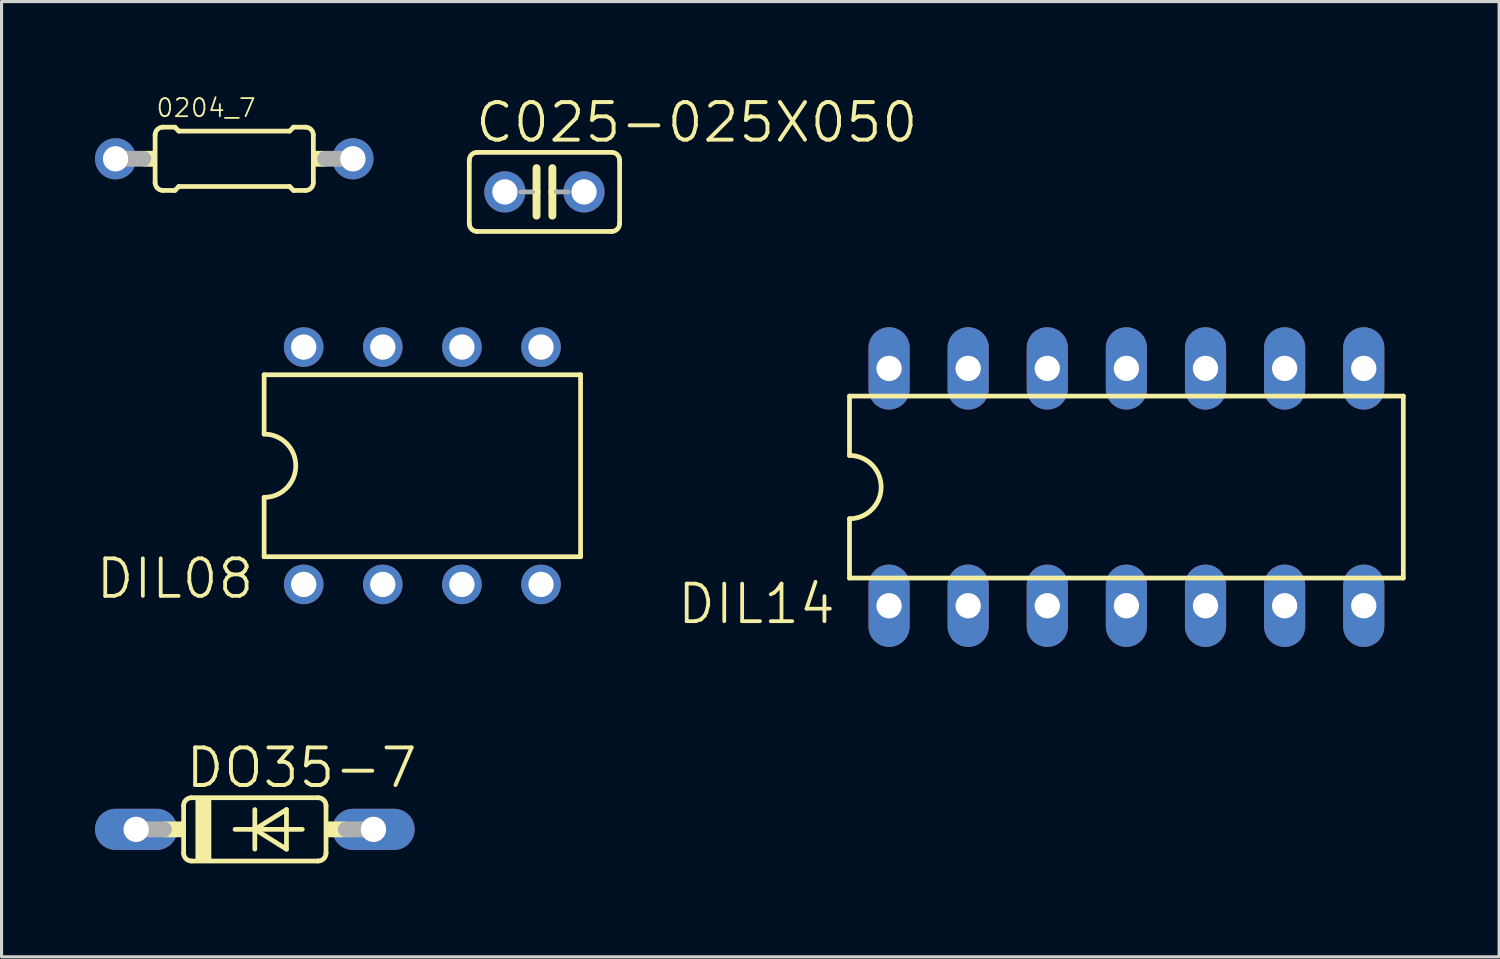
<source format=kicad_pcb>
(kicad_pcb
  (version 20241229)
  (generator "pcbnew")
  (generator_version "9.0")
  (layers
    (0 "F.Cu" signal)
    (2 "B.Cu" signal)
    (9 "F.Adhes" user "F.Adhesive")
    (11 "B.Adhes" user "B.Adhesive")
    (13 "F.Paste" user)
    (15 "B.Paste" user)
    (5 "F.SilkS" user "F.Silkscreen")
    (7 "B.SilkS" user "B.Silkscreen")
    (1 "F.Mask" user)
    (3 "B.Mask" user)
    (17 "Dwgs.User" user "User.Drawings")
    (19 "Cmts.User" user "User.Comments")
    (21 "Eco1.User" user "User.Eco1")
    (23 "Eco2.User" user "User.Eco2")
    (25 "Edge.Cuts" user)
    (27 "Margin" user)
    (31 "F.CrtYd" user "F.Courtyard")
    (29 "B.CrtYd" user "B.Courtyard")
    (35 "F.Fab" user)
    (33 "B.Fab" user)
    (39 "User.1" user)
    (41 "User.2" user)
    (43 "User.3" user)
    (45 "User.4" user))
  (footprint "DIL08"
    (layer "F.Cu")
    (at 10.51 11.903)
    (property "Reference" "DIL08" (at -5.334 2.921 0) (layer "F.SilkS") (effects (font (size 1.206 1.206) (thickness 0.121)) (justify right top)))
    (attr through_hole)
    (fp_line (start -5.08 -2.921) (end -5.08 -1.016) (stroke (width 0.152) (type solid)) (layer "F.SilkS"))
    (fp_line (start -5.08 2.921) (end -5.08 1.016) (stroke (width 0.152) (type solid)) (layer "F.SilkS"))
    (fp_line (start -5.08 2.921) (end 5.08 2.921) (stroke (width 0.152) (type solid)) (layer "F.SilkS"))
    (fp_line (start 5.08 -2.921) (end -5.08 -2.921) (stroke (width 0.152) (type solid)) (layer "F.SilkS"))
    (fp_line (start 5.08 -2.921) (end 5.08 2.921) (stroke (width 0.152) (type solid)) (layer "F.SilkS"))
    (fp_arc (start -5.08 -1.016) (mid -4.064 0) (end -5.08 1.016) (stroke (width 0.1524) (type solid)) (layer "F.SilkS"))
    (pad "1" thru_hole circle (at -3.81 3.81 90) (size 1.27 1.27) (drill 0.813) (layers "*.Cu" "*.Mask"))
    (pad "2" thru_hole circle (at -1.27 3.81 90) (size 1.27 1.27) (drill 0.813) (layers "*.Cu" "*.Mask"))
    (pad "3" thru_hole circle (at 1.27 3.81 90) (size 1.27 1.27) (drill 0.813) (layers "*.Cu" "*.Mask"))
    (pad "4" thru_hole circle (at 3.81 3.81 90) (size 1.27 1.27) (drill 0.813) (layers "*.Cu" "*.Mask"))
    (pad "5" thru_hole circle (at 3.81 -3.81 90) (size 1.27 1.27) (drill 0.813) (layers "*.Cu" "*.Mask"))
    (pad "6" thru_hole circle (at 1.27 -3.81 90) (size 1.27 1.27) (drill 0.813) (layers "*.Cu" "*.Mask"))
    (pad "7" thru_hole circle (at -1.27 -3.81 90) (size 1.27 1.27) (drill 0.813) (layers "*.Cu" "*.Mask"))
    (pad "8" thru_hole circle (at -3.81 -3.81 90) (size 1.27 1.27) (drill 0.813) (layers "*.Cu" "*.Mask")))
  (footprint "C025-025X050"
    (layer "F.Cu")
    (at 14.43 3.111)
    (property "Reference" "C025-025X050" (at -2.286 -1.524 0) (layer "F.SilkS") (effects (font (size 1.206 1.206) (thickness 0.127)) (justify left bottom)))
    (attr through_hole)
    (fp_line (start -2.413 -1.016) (end -2.413 1.016) (stroke (width 0.152) (type solid)) (layer "F.SilkS"))
    (fp_line (start -2.159 -1.27) (end 2.159 -1.27) (stroke (width 0.152) (type solid)) (layer "F.SilkS"))
    (fp_line (start -0.254 -0.762) (end -0.254 0) (stroke (width 0.254) (type solid)) (layer "F.SilkS"))
    (fp_line (start -0.254 0) (end -0.381 0) (stroke (width 0.152) (type solid)) (layer "F.SilkS"))
    (fp_line (start -0.254 0) (end -0.254 0.762) (stroke (width 0.254) (type solid)) (layer "F.SilkS"))
    (fp_line (start 0.254 0) (end 0.254 -0.762) (stroke (width 0.254) (type solid)) (layer "F.SilkS"))
    (fp_line (start 0.254 0) (end 0.254 0.762) (stroke (width 0.254) (type solid)) (layer "F.SilkS"))
    (fp_line (start 0.381 0) (end 0.254 0) (stroke (width 0.152) (type solid)) (layer "F.SilkS"))
    (fp_line (start 2.159 1.27) (end -2.159 1.27) (stroke (width 0.152) (type solid)) (layer "F.SilkS"))
    (fp_line (start 2.413 -1.016) (end 2.413 1.016) (stroke (width 0.152) (type solid)) (layer "F.SilkS"))
    (fp_arc (start -2.413 -1.016) (mid -2.338605 -1.195605) (end -2.159 -1.27) (stroke (width 0.1524) (type solid)) (layer "F.SilkS"))
    (fp_arc (start -2.159 1.27) (mid -2.338605 1.195605) (end -2.413 1.016) (stroke (width 0.1524) (type solid)) (layer "F.SilkS"))
    (fp_arc (start 2.159 -1.27) (mid 2.338605 -1.195605) (end 2.413 -1.016) (stroke (width 0.1524) (type solid)) (layer "F.SilkS"))
    (fp_arc (start 2.413 1.016) (mid 2.338605 1.195605) (end 2.159 1.27) (stroke (width 0.1524) (type solid)) (layer "F.SilkS"))
    (fp_line (start -0.381 0) (end -0.762 0) (stroke (width 0.152) (type solid)) (layer "F.Fab"))
    (fp_line (start 0.762 0) (end 0.381 0) (stroke (width 0.152) (type solid)) (layer "F.Fab"))
    (pad "1" thru_hole circle (at -1.27 0) (size 1.321 1.321) (drill 0.813) (layers "*.Cu" "*.Mask"))
    (pad "2" thru_hole circle (at 1.27 0) (size 1.321 1.321) (drill 0.813) (layers "*.Cu" "*.Mask")))
  (footprint "0204_7"
    (layer "F.Cu")
    (at 4.47 2.048)
    (property "Reference" "0204_7" (at -2.54 -1.295 0) (layer "F.SilkS") (effects (font (size 0.579 0.579) (thickness 0.058)) (justify left bottom)))
    (attr through_hole)
    (fp_line (start -2.54 0.762) (end -2.54 -0.762) (stroke (width 0.152) (type solid)) (layer "F.SilkS"))
    (fp_line (start -2.286 -1.016) (end -1.905 -1.016) (stroke (width 0.152) (type solid)) (layer "F.SilkS"))
    (fp_line (start -2.286 1.016) (end -1.905 1.016) (stroke (width 0.152) (type solid)) (layer "F.SilkS"))
    (fp_line (start -1.778 -0.889) (end -1.905 -1.016) (stroke (width 0.152) (type solid)) (layer "F.SilkS"))
    (fp_line (start -1.778 0.889) (end -1.905 1.016) (stroke (width 0.152) (type solid)) (layer "F.SilkS"))
    (fp_line (start 1.778 -0.889) (end -1.778 -0.889) (stroke (width 0.152) (type solid)) (layer "F.SilkS"))
    (fp_line (start 1.778 -0.889) (end 1.905 -1.016) (stroke (width 0.152) (type solid)) (layer "F.SilkS"))
    (fp_line (start 1.778 0.889) (end -1.778 0.889) (stroke (width 0.152) (type solid)) (layer "F.SilkS"))
    (fp_line (start 1.778 0.889) (end 1.905 1.016) (stroke (width 0.152) (type solid)) (layer "F.SilkS"))
    (fp_line (start 2.286 -1.016) (end 1.905 -1.016) (stroke (width 0.152) (type solid)) (layer "F.SilkS"))
    (fp_line (start 2.286 1.016) (end 1.905 1.016) (stroke (width 0.152) (type solid)) (layer "F.SilkS"))
    (fp_line (start 2.54 0.762) (end 2.54 -0.762) (stroke (width 0.152) (type solid)) (layer "F.SilkS"))
    (fp_arc (start -2.54 -0.762) (mid -2.465605 -0.941605) (end -2.286 -1.016) (stroke (width 0.1524) (type solid)) (layer "F.SilkS"))
    (fp_arc (start -2.286 1.016) (mid -2.465605 0.941605) (end -2.54 0.762) (stroke (width 0.1524) (type solid)) (layer "F.SilkS"))
    (fp_arc (start 2.286 -1.016) (mid 2.465605 -0.941605) (end 2.54 -0.762) (stroke (width 0.1524) (type solid)) (layer "F.SilkS"))
    (fp_arc (start 2.54 0.762) (mid 2.465605 0.941605) (end 2.286 1.016) (stroke (width 0.1524) (type solid)) (layer "F.SilkS"))
    (fp_poly (pts (xy -2.921 0.254) (xy -2.54 0.254) (xy -2.54 -0.254) (xy -2.921 -0.254)) (stroke (width 0) (type solid)) (fill yes) (layer "F.SilkS"))
    (fp_poly (pts (xy 2.54 0.254) (xy 2.921 0.254) (xy 2.921 -0.254) (xy 2.54 -0.254)) (stroke (width 0) (type solid)) (fill yes) (layer "F.SilkS"))
    (fp_line (start -3.81 0) (end -2.921 0) (stroke (width 0.508) (type solid)) (layer "F.Fab"))
    (fp_line (start 3.81 0) (end 2.921 0) (stroke (width 0.508) (type solid)) (layer "F.Fab"))
    (pad "1" thru_hole circle (at -3.81 0) (size 1.321 1.321) (drill 0.813) (layers "*.Cu" "*.Mask"))
    (pad "2" thru_hole circle (at 3.81 0) (size 1.321 1.321) (drill 0.813) (layers "*.Cu" "*.Mask")))
  (footprint "DO35-7"
    (layer "F.Cu")
    (at 5.131 23.577)
    (property "Reference" "DO35-7" (at -2.286 -1.27 0) (layer "F.SilkS") (effects (font (size 1.206 1.206) (thickness 0.127)) (justify left bottom)))
    (attr through_hole)
    (fp_line (start -2.286 -0.762) (end -2.286 0.762) (stroke (width 0.152) (type solid)) (layer "F.SilkS"))
    (fp_line (start -2.032 -1.016) (end 2.032 -1.016) (stroke (width 0.152) (type solid)) (layer "F.SilkS"))
    (fp_line (start -2.032 1.016) (end 2.032 1.016) (stroke (width 0.152) (type solid)) (layer "F.SilkS"))
    (fp_line (start -0.635 0) (end 0 0) (stroke (width 0.152) (type solid)) (layer "F.SilkS"))
    (fp_line (start 0 -0.635) (end 0 0) (stroke (width 0.152) (type solid)) (layer "F.SilkS"))
    (fp_line (start 0 0) (end 0 0.635) (stroke (width 0.152) (type solid)) (layer "F.SilkS"))
    (fp_line (start 0 0) (end 1.016 -0.635) (stroke (width 0.152) (type solid)) (layer "F.SilkS"))
    (fp_line (start 0 0) (end 1.524 0) (stroke (width 0.152) (type solid)) (layer "F.SilkS"))
    (fp_line (start 1.016 -0.635) (end 1.016 0.635) (stroke (width 0.152) (type solid)) (layer "F.SilkS"))
    (fp_line (start 1.016 0.635) (end 0 0) (stroke (width 0.152) (type solid)) (layer "F.SilkS"))
    (fp_line (start 2.286 -0.762) (end 2.286 0.762) (stroke (width 0.152) (type solid)) (layer "F.SilkS"))
    (fp_arc (start -2.286 -0.762) (mid -2.211605 -0.941605) (end -2.032 -1.016) (stroke (width 0.1524) (type solid)) (layer "F.SilkS"))
    (fp_arc (start -2.032 1.016) (mid -2.211605 0.941605) (end -2.286 0.762) (stroke (width 0.1524) (type solid)) (layer "F.SilkS"))
    (fp_arc (start 2.032 -1.016) (mid 2.211605 -0.941605) (end 2.286 -0.762) (stroke (width 0.1524) (type solid)) (layer "F.SilkS"))
    (fp_arc (start 2.286 0.762) (mid 2.211605 0.941605) (end 2.032 1.016) (stroke (width 0.1524) (type solid)) (layer "F.SilkS"))
    (fp_poly (pts (xy -2.921 0.254) (xy -2.286 0.254) (xy -2.286 -0.254) (xy -2.921 -0.254)) (stroke (width 0) (type solid)) (fill yes) (layer "F.SilkS"))
    (fp_poly (pts (xy -1.905 1.016) (xy -1.397 1.016) (xy -1.397 -1.016) (xy -1.905 -1.016)) (stroke (width 0) (type solid)) (fill yes) (layer "F.SilkS"))
    (fp_poly (pts (xy 2.286 0.254) (xy 2.921 0.254) (xy 2.921 -0.254) (xy 2.286 -0.254)) (stroke (width 0) (type solid)) (fill yes) (layer "F.SilkS"))
    (fp_line (start -3.81 0) (end -2.921 0) (stroke (width 0.508) (type solid)) (layer "F.Fab"))
    (fp_line (start 3.81 0) (end 2.921 0) (stroke (width 0.508) (type solid)) (layer "F.Fab"))
    (pad "A" thru_hole oval (at 3.81 0) (size 2.642 1.321) (drill 0.813) (layers "*.Cu" "*.Mask"))
    (pad "C" thru_hole oval (at -3.81 0) (size 2.642 1.321) (drill 0.813) (layers "*.Cu" "*.Mask")))
  (footprint "DIL14"
    (layer "F.Cu")
    (at 33.114 12.588)
    (property "Reference" "DIL14" (at -9.271 3.048 0) (layer "F.SilkS") (effects (font (size 1.206 1.206) (thickness 0.121)) (justify right top)))
    (attr through_hole)
    (fp_line (start -8.89 -2.921) (end -8.89 -1.016) (stroke (width 0.152) (type solid)) (layer "F.SilkS"))
    (fp_line (start -8.89 2.921) (end -8.89 1.016) (stroke (width 0.152) (type solid)) (layer "F.SilkS"))
    (fp_line (start -8.89 2.921) (end 8.89 2.921) (stroke (width 0.152) (type solid)) (layer "F.SilkS"))
    (fp_line (start 8.89 -2.921) (end -8.89 -2.921) (stroke (width 0.152) (type solid)) (layer "F.SilkS"))
    (fp_line (start 8.89 -2.921) (end 8.89 2.921) (stroke (width 0.152) (type solid)) (layer "F.SilkS"))
    (fp_arc (start -8.89 -1.016) (mid -7.874 0) (end -8.89 1.016) (stroke (width 0.1524) (type solid)) (layer "F.SilkS"))
    (pad "1" thru_hole oval (at -7.62 3.81 90) (size 2.642 1.321) (drill 0.813) (layers "*.Cu" "*.Mask"))
    (pad "2" thru_hole oval (at -5.08 3.81 90) (size 2.642 1.321) (drill 0.813) (layers "*.Cu" "*.Mask"))
    (pad "3" thru_hole oval (at -2.54 3.81 90) (size 2.642 1.321) (drill 0.813) (layers "*.Cu" "*.Mask"))
    (pad "4" thru_hole oval (at 0 3.81 90) (size 2.642 1.321) (drill 0.813) (layers "*.Cu" "*.Mask"))
    (pad "5" thru_hole oval (at 2.54 3.81 90) (size 2.642 1.321) (drill 0.813) (layers "*.Cu" "*.Mask"))
    (pad "6" thru_hole oval (at 5.08 3.81 90) (size 2.642 1.321) (drill 0.813) (layers "*.Cu" "*.Mask"))
    (pad "7" thru_hole oval (at 7.62 3.81 90) (size 2.642 1.321) (drill 0.813) (layers "*.Cu" "*.Mask"))
    (pad "8" thru_hole oval (at 7.62 -3.81 90) (size 2.642 1.321) (drill 0.813) (layers "*.Cu" "*.Mask"))
    (pad "9" thru_hole oval (at 5.08 -3.81 90) (size 2.642 1.321) (drill 0.813) (layers "*.Cu" "*.Mask"))
    (pad "10" thru_hole oval (at 2.54 -3.81 90) (size 2.642 1.321) (drill 0.813) (layers "*.Cu" "*.Mask"))
    (pad "11" thru_hole oval (at 0 -3.81 90) (size 2.642 1.321) (drill 0.813) (layers "*.Cu" "*.Mask"))
    (pad "12" thru_hole oval (at -2.54 -3.81 90) (size 2.642 1.321) (drill 0.813) (layers "*.Cu" "*.Mask"))
    (pad "13" thru_hole oval (at -5.08 -3.81 90) (size 2.642 1.321) (drill 0.813) (layers "*.Cu" "*.Mask"))
    (pad "14" thru_hole oval (at -7.62 -3.81 90) (size 2.642 1.321) (drill 0.813) (layers "*.Cu" "*.Mask")))
  (gr_rect
    (start -3 -3)
    (end 45.08 27.669)
    (stroke (width 0.1) (type default))
    (fill no)
    (layer "Edge.Cuts")))
</source>
